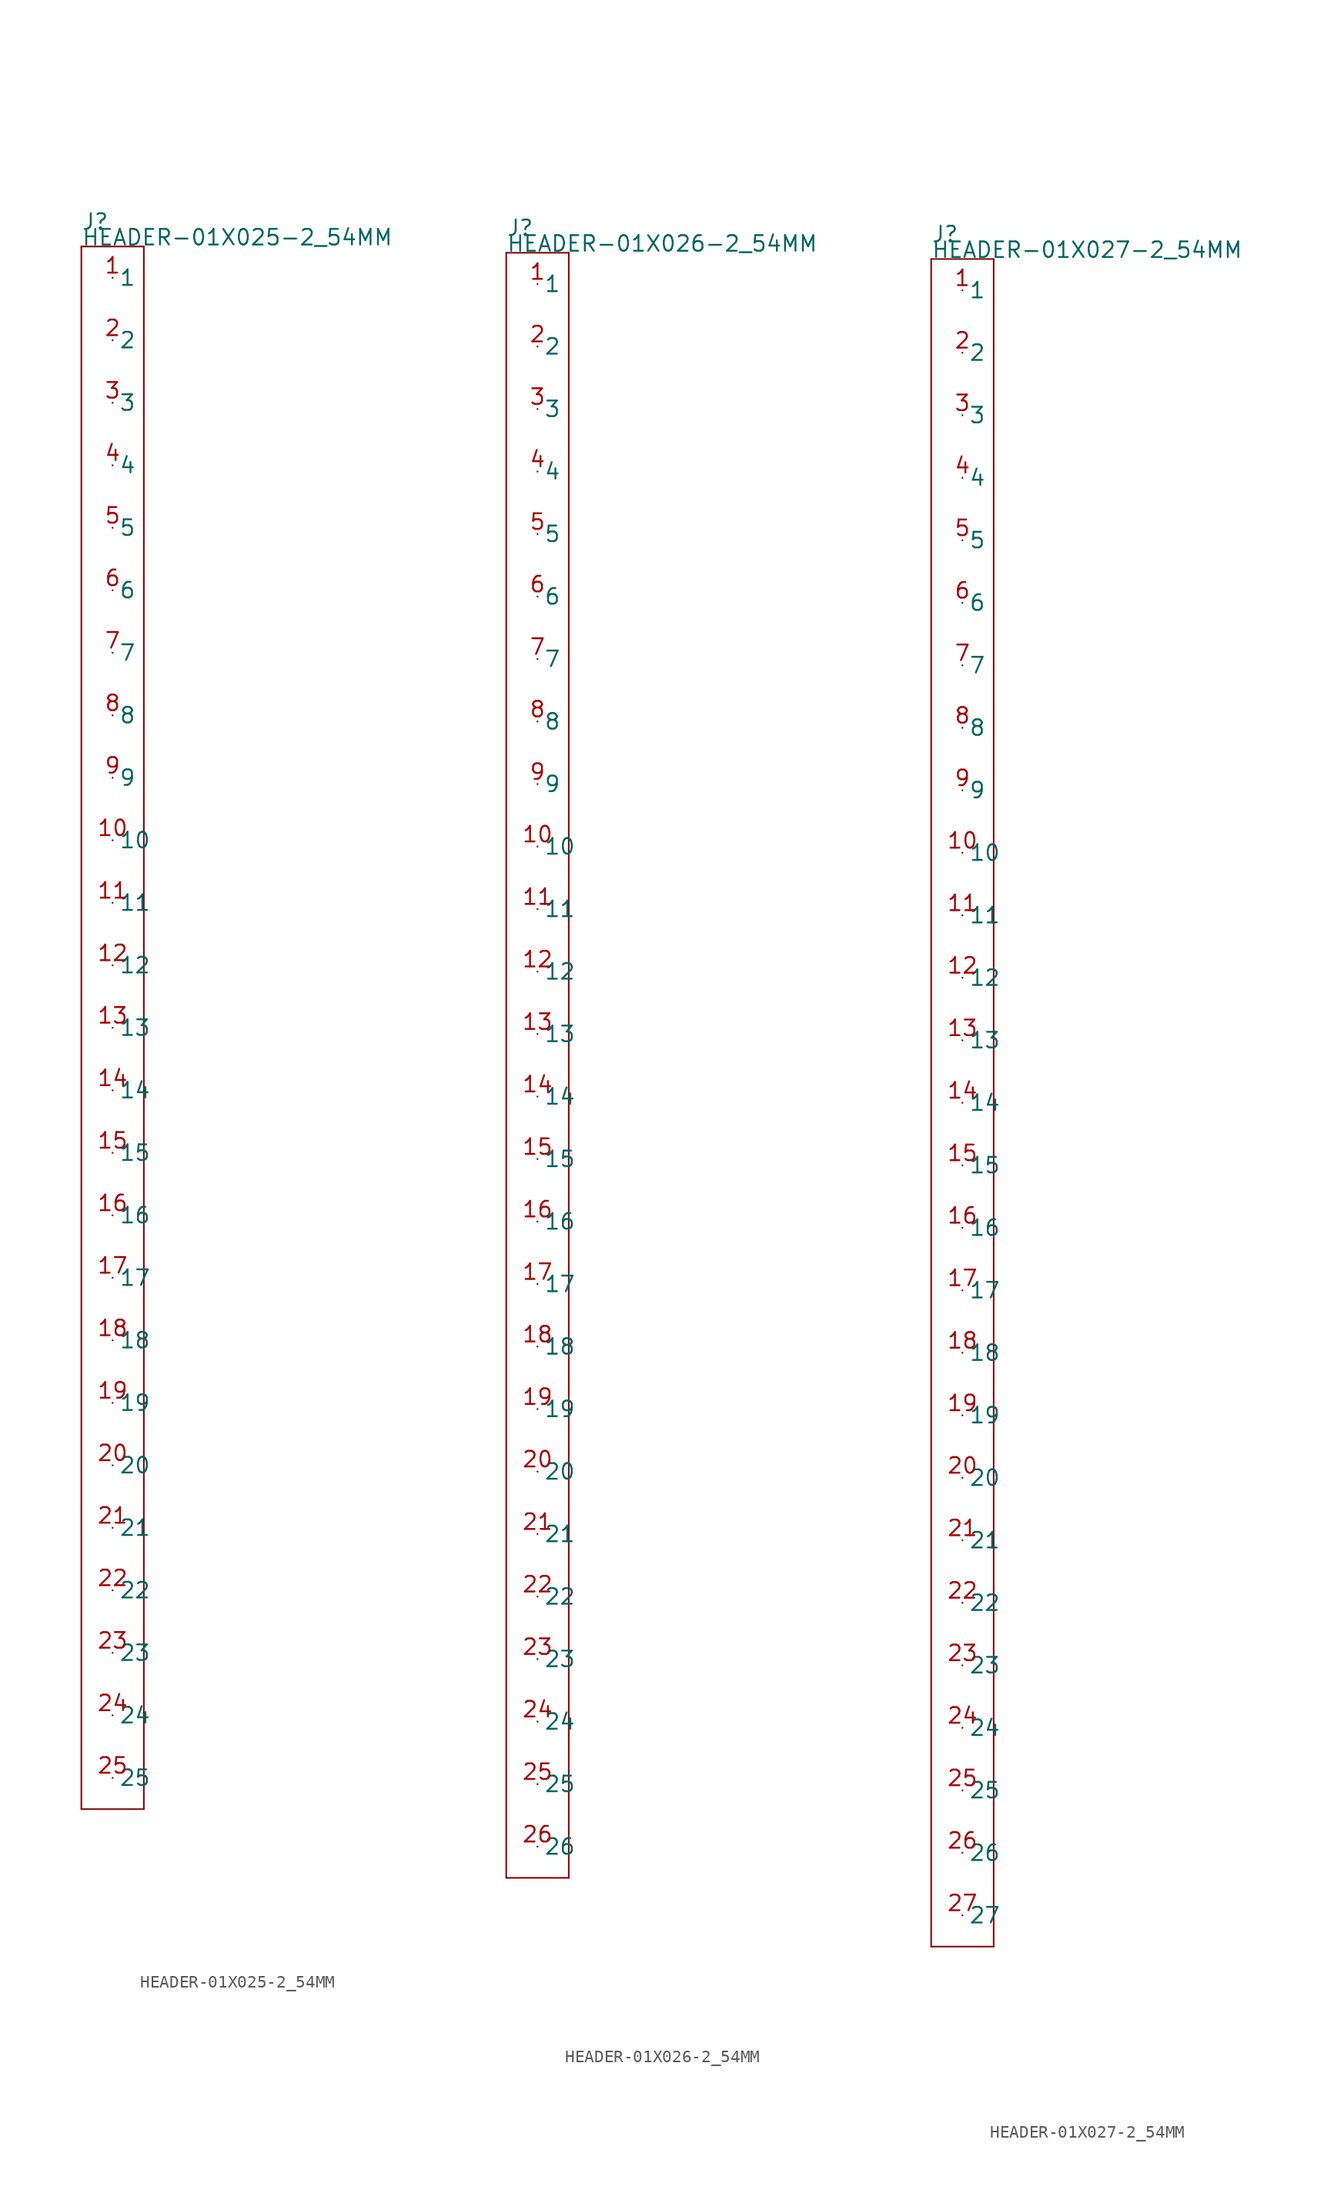
<source format=kicad_sym>
(kicad_symbol_lib
  (version 20211014)
  (generator kicad_symbol_editor)
  (symbol "HEADER-01X025-2_54MM"
    (pin_names)
    (property "Reference" "J"
      (at -2.54 64.77 0)
      (effects (font (size 1.27 1.27)) (justify left bottom)))
    (property "Value" "HEADER-01X025-2_54MM"
      (at -2.54 63.5 0)
      (effects (font (size 1.27 1.27)) (justify left bottom)))
    (property "Datasheet" ""
      (at 0 0 0))
    (property "ki_description" "Header 1x25  - Header Vertical 25POS 2.54MM Technical Specifications: Pitch: 0.1\" (2.54mm) "
      (at 0 0 0))
    (property "ki_fp_filters" "FlashPCB_Connectors:HEADER-THT-01X025-2_54MM FlashPCB_Connectors:HEADER-THT-LONG-01X025-2_54MM FlashPCB_Connectors:HEADER-THT-NOSILK-01X025-2_54MM FlashPCB_Connectors:HEADER-THT-LONG-NOSILK-01X025-2_54MM"
      (at 0 0 0))
    (symbol "HEADER-01X025-2_54MM_1_1"
      (polyline (pts (xy -2.54 63.5) (xy 2.54 63.5)) (stroke (width 0.127)) (fill (type none)))
      (polyline (pts (xy 2.54 63.5) (xy 2.54 -63.5)) (stroke (width 0.127)) (fill (type none)))
      (polyline (pts (xy 2.54 -63.5) (xy -2.54 -63.5)) (stroke (width 0.127)) (fill (type none)))
      (polyline (pts (xy -2.54 -63.5) (xy -2.54 63.5)) (stroke (width 0.127)) (fill (type none)))
      (pin bidirectional line (at 0 60.96 0) (length 0) (name "1" (effects (font (size 1.27 1.27)))) (number "1" (effects (font (size 1.27 1.27)))))
      (pin bidirectional line (at 0 55.88 0) (length 0) (name "2" (effects (font (size 1.27 1.27)))) (number "2" (effects (font (size 1.27 1.27)))))
      (pin bidirectional line (at 0 50.8 0) (length 0) (name "3" (effects (font (size 1.27 1.27)))) (number "3" (effects (font (size 1.27 1.27)))))
      (pin bidirectional line (at 0 45.72 0) (length 0) (name "4" (effects (font (size 1.27 1.27)))) (number "4" (effects (font (size 1.27 1.27)))))
      (pin bidirectional line (at 0 40.64 0) (length 0) (name "5" (effects (font (size 1.27 1.27)))) (number "5" (effects (font (size 1.27 1.27)))))
      (pin bidirectional line (at 0 35.56 0) (length 0) (name "6" (effects (font (size 1.27 1.27)))) (number "6" (effects (font (size 1.27 1.27)))))
      (pin bidirectional line (at 0 30.48 0) (length 0) (name "7" (effects (font (size 1.27 1.27)))) (number "7" (effects (font (size 1.27 1.27)))))
      (pin bidirectional line (at 0 25.4 0) (length 0) (name "8" (effects (font (size 1.27 1.27)))) (number "8" (effects (font (size 1.27 1.27)))))
      (pin bidirectional line (at 0 20.32 0) (length 0) (name "9" (effects (font (size 1.27 1.27)))) (number "9" (effects (font (size 1.27 1.27)))))
      (pin bidirectional line (at 0 15.24 0) (length 0) (name "10" (effects (font (size 1.27 1.27)))) (number "10" (effects (font (size 1.27 1.27)))))
      (pin bidirectional line (at 0 10.16 0) (length 0) (name "11" (effects (font (size 1.27 1.27)))) (number "11" (effects (font (size 1.27 1.27)))))
      (pin bidirectional line (at 0 5.08 0) (length 0) (name "12" (effects (font (size 1.27 1.27)))) (number "12" (effects (font (size 1.27 1.27)))))
      (pin bidirectional line (at 0 0 0) (length 0) (name "13" (effects (font (size 1.27 1.27)))) (number "13" (effects (font (size 1.27 1.27)))))
      (pin bidirectional line (at 0 -5.08 0) (length 0) (name "14" (effects (font (size 1.27 1.27)))) (number "14" (effects (font (size 1.27 1.27)))))
      (pin bidirectional line (at 0 -10.16 0) (length 0) (name "15" (effects (font (size 1.27 1.27)))) (number "15" (effects (font (size 1.27 1.27)))))
      (pin bidirectional line (at 0 -15.24 0) (length 0) (name "16" (effects (font (size 1.27 1.27)))) (number "16" (effects (font (size 1.27 1.27)))))
      (pin bidirectional line (at 0 -20.32 0) (length 0) (name "17" (effects (font (size 1.27 1.27)))) (number "17" (effects (font (size 1.27 1.27)))))
      (pin bidirectional line (at 0 -25.4 0) (length 0) (name "18" (effects (font (size 1.27 1.27)))) (number "18" (effects (font (size 1.27 1.27)))))
      (pin bidirectional line (at 0 -30.48 0) (length 0) (name "19" (effects (font (size 1.27 1.27)))) (number "19" (effects (font (size 1.27 1.27)))))
      (pin bidirectional line (at 0 -35.56 0) (length 0) (name "20" (effects (font (size 1.27 1.27)))) (number "20" (effects (font (size 1.27 1.27)))))
      (pin bidirectional line (at 0 -40.64 0) (length 0) (name "21" (effects (font (size 1.27 1.27)))) (number "21" (effects (font (size 1.27 1.27)))))
      (pin bidirectional line (at 0 -45.72 0) (length 0) (name "22" (effects (font (size 1.27 1.27)))) (number "22" (effects (font (size 1.27 1.27)))))
      (pin bidirectional line (at 0 -50.8 0) (length 0) (name "23" (effects (font (size 1.27 1.27)))) (number "23" (effects (font (size 1.27 1.27)))))
      (pin bidirectional line (at 0 -55.88 0) (length 0) (name "24" (effects (font (size 1.27 1.27)))) (number "24" (effects (font (size 1.27 1.27)))))
      (pin bidirectional line (at 0 -60.96 0) (length 0) (name "25" (effects (font (size 1.27 1.27)))) (number "25" (effects (font (size 1.27 1.27)))))))
  (symbol "HEADER-01X026-2_54MM"
    (pin_names)
    (property "Reference" "J"
      (at -2.54 67.31 0)
      (effects (font (size 1.27 1.27)) (justify left bottom)))
    (property "Value" "HEADER-01X026-2_54MM"
      (at -2.54 66.04 0)
      (effects (font (size 1.27 1.27)) (justify left bottom)))
    (property "Datasheet" ""
      (at 0 0 0))
    (property "ki_description" "Header 1x26  - Header Vertical 26POS 2.54MM Technical Specifications: Pitch: 0.1\" (2.54mm) "
      (at 0 0 0))
    (property "ki_fp_filters" "FlashPCB_Connectors:HEADER-THT-01X026-2_54MM FlashPCB_Connectors:HEADER-THT-LONG-01X026-2_54MM FlashPCB_Connectors:HEADER-THT-NOSILK-01X026-2_54MM FlashPCB_Connectors:HEADER-THT-LONG-NOSILK-01X026-2_54MM"
      (at 0 0 0))
    (symbol "HEADER-01X026-2_54MM_1_1"
      (polyline (pts (xy -2.54 66.04) (xy 2.54 66.04)) (stroke (width 0.127)) (fill (type none)))
      (polyline (pts (xy 2.54 66.04) (xy 2.54 -66.04)) (stroke (width 0.127)) (fill (type none)))
      (polyline (pts (xy 2.54 -66.04) (xy -2.54 -66.04)) (stroke (width 0.127)) (fill (type none)))
      (polyline (pts (xy -2.54 -66.04) (xy -2.54 66.04)) (stroke (width 0.127)) (fill (type none)))
      (pin bidirectional line (at 0 63.5 0) (length 0) (name "1" (effects (font (size 1.27 1.27)))) (number "1" (effects (font (size 1.27 1.27)))))
      (pin bidirectional line (at 0 58.42 0) (length 0) (name "2" (effects (font (size 1.27 1.27)))) (number "2" (effects (font (size 1.27 1.27)))))
      (pin bidirectional line (at 0 53.34 0) (length 0) (name "3" (effects (font (size 1.27 1.27)))) (number "3" (effects (font (size 1.27 1.27)))))
      (pin bidirectional line (at 0 48.26 0) (length 0) (name "4" (effects (font (size 1.27 1.27)))) (number "4" (effects (font (size 1.27 1.27)))))
      (pin bidirectional line (at 0 43.18 0) (length 0) (name "5" (effects (font (size 1.27 1.27)))) (number "5" (effects (font (size 1.27 1.27)))))
      (pin bidirectional line (at 0 38.1 0) (length 0) (name "6" (effects (font (size 1.27 1.27)))) (number "6" (effects (font (size 1.27 1.27)))))
      (pin bidirectional line (at 0 33.02 0) (length 0) (name "7" (effects (font (size 1.27 1.27)))) (number "7" (effects (font (size 1.27 1.27)))))
      (pin bidirectional line (at 0 27.94 0) (length 0) (name "8" (effects (font (size 1.27 1.27)))) (number "8" (effects (font (size 1.27 1.27)))))
      (pin bidirectional line (at 0 22.86 0) (length 0) (name "9" (effects (font (size 1.27 1.27)))) (number "9" (effects (font (size 1.27 1.27)))))
      (pin bidirectional line (at 0 17.78 0) (length 0) (name "10" (effects (font (size 1.27 1.27)))) (number "10" (effects (font (size 1.27 1.27)))))
      (pin bidirectional line (at 0 12.7 0) (length 0) (name "11" (effects (font (size 1.27 1.27)))) (number "11" (effects (font (size 1.27 1.27)))))
      (pin bidirectional line (at 0 7.62 0) (length 0) (name "12" (effects (font (size 1.27 1.27)))) (number "12" (effects (font (size 1.27 1.27)))))
      (pin bidirectional line (at 0 2.54 0) (length 0) (name "13" (effects (font (size 1.27 1.27)))) (number "13" (effects (font (size 1.27 1.27)))))
      (pin bidirectional line (at 0 -2.54 0) (length 0) (name "14" (effects (font (size 1.27 1.27)))) (number "14" (effects (font (size 1.27 1.27)))))
      (pin bidirectional line (at 0 -7.62 0) (length 0) (name "15" (effects (font (size 1.27 1.27)))) (number "15" (effects (font (size 1.27 1.27)))))
      (pin bidirectional line (at 0 -12.7 0) (length 0) (name "16" (effects (font (size 1.27 1.27)))) (number "16" (effects (font (size 1.27 1.27)))))
      (pin bidirectional line (at 0 -17.78 0) (length 0) (name "17" (effects (font (size 1.27 1.27)))) (number "17" (effects (font (size 1.27 1.27)))))
      (pin bidirectional line (at 0 -22.86 0) (length 0) (name "18" (effects (font (size 1.27 1.27)))) (number "18" (effects (font (size 1.27 1.27)))))
      (pin bidirectional line (at 0 -27.94 0) (length 0) (name "19" (effects (font (size 1.27 1.27)))) (number "19" (effects (font (size 1.27 1.27)))))
      (pin bidirectional line (at 0 -33.02 0) (length 0) (name "20" (effects (font (size 1.27 1.27)))) (number "20" (effects (font (size 1.27 1.27)))))
      (pin bidirectional line (at 0 -38.1 0) (length 0) (name "21" (effects (font (size 1.27 1.27)))) (number "21" (effects (font (size 1.27 1.27)))))
      (pin bidirectional line (at 0 -43.18 0) (length 0) (name "22" (effects (font (size 1.27 1.27)))) (number "22" (effects (font (size 1.27 1.27)))))
      (pin bidirectional line (at 0 -48.26 0) (length 0) (name "23" (effects (font (size 1.27 1.27)))) (number "23" (effects (font (size 1.27 1.27)))))
      (pin bidirectional line (at 0 -53.34 0) (length 0) (name "24" (effects (font (size 1.27 1.27)))) (number "24" (effects (font (size 1.27 1.27)))))
      (pin bidirectional line (at 0 -58.42 0) (length 0) (name "25" (effects (font (size 1.27 1.27)))) (number "25" (effects (font (size 1.27 1.27)))))
      (pin bidirectional line (at 0 -63.5 0) (length 0) (name "26" (effects (font (size 1.27 1.27)))) (number "26" (effects (font (size 1.27 1.27)))))))
  (symbol "HEADER-01X027-2_54MM"
    (pin_names)
    (property "Reference" "J"
      (at -2.54 69.85 0)
      (effects (font (size 1.27 1.27)) (justify left bottom)))
    (property "Value" "HEADER-01X027-2_54MM"
      (at -2.54 68.58 0)
      (effects (font (size 1.27 1.27)) (justify left bottom)))
    (property "Datasheet" ""
      (at 0 0 0))
    (property "ki_description" "Header 1x27  - Header Vertical 27POS 2.54MM Technical Specifications: Pitch: 0.1\" (2.54mm) "
      (at 0 0 0))
    (property "ki_fp_filters" "FlashPCB_Connectors:HEADER-THT-01X027-2_54MM FlashPCB_Connectors:HEADER-THT-LONG-01X027-2_54MM FlashPCB_Connectors:HEADER-THT-NOSILK-01X027-2_54MM FlashPCB_Connectors:HEADER-THT-LONG-NOSILK-01X027-2_54MM"
      (at 0 0 0))
    (symbol "HEADER-01X027-2_54MM_1_1"
      (polyline (pts (xy -2.54 68.58) (xy 2.54 68.58)) (stroke (width 0.127)) (fill (type none)))
      (polyline (pts (xy 2.54 68.58) (xy 2.54 -68.58)) (stroke (width 0.127)) (fill (type none)))
      (polyline (pts (xy 2.54 -68.58) (xy -2.54 -68.58)) (stroke (width 0.127)) (fill (type none)))
      (polyline (pts (xy -2.54 -68.58) (xy -2.54 68.58)) (stroke (width 0.127)) (fill (type none)))
      (pin bidirectional line (at 0 66.04 0) (length 0) (name "1" (effects (font (size 1.27 1.27)))) (number "1" (effects (font (size 1.27 1.27)))))
      (pin bidirectional line (at 0 60.96 0) (length 0) (name "2" (effects (font (size 1.27 1.27)))) (number "2" (effects (font (size 1.27 1.27)))))
      (pin bidirectional line (at 0 55.88 0) (length 0) (name "3" (effects (font (size 1.27 1.27)))) (number "3" (effects (font (size 1.27 1.27)))))
      (pin bidirectional line (at 0 50.8 0) (length 0) (name "4" (effects (font (size 1.27 1.27)))) (number "4" (effects (font (size 1.27 1.27)))))
      (pin bidirectional line (at 0 45.72 0) (length 0) (name "5" (effects (font (size 1.27 1.27)))) (number "5" (effects (font (size 1.27 1.27)))))
      (pin bidirectional line (at 0 40.64 0) (length 0) (name "6" (effects (font (size 1.27 1.27)))) (number "6" (effects (font (size 1.27 1.27)))))
      (pin bidirectional line (at 0 35.56 0) (length 0) (name "7" (effects (font (size 1.27 1.27)))) (number "7" (effects (font (size 1.27 1.27)))))
      (pin bidirectional line (at 0 30.48 0) (length 0) (name "8" (effects (font (size 1.27 1.27)))) (number "8" (effects (font (size 1.27 1.27)))))
      (pin bidirectional line (at 0 25.4 0) (length 0) (name "9" (effects (font (size 1.27 1.27)))) (number "9" (effects (font (size 1.27 1.27)))))
      (pin bidirectional line (at 0 20.32 0) (length 0) (name "10" (effects (font (size 1.27 1.27)))) (number "10" (effects (font (size 1.27 1.27)))))
      (pin bidirectional line (at 0 15.24 0) (length 0) (name "11" (effects (font (size 1.27 1.27)))) (number "11" (effects (font (size 1.27 1.27)))))
      (pin bidirectional line (at 0 10.16 0) (length 0) (name "12" (effects (font (size 1.27 1.27)))) (number "12" (effects (font (size 1.27 1.27)))))
      (pin bidirectional line (at 0 5.08 0) (length 0) (name "13" (effects (font (size 1.27 1.27)))) (number "13" (effects (font (size 1.27 1.27)))))
      (pin bidirectional line (at 0 0 0) (length 0) (name "14" (effects (font (size 1.27 1.27)))) (number "14" (effects (font (size 1.27 1.27)))))
      (pin bidirectional line (at 0 -5.08 0) (length 0) (name "15" (effects (font (size 1.27 1.27)))) (number "15" (effects (font (size 1.27 1.27)))))
      (pin bidirectional line (at 0 -10.16 0) (length 0) (name "16" (effects (font (size 1.27 1.27)))) (number "16" (effects (font (size 1.27 1.27)))))
      (pin bidirectional line (at 0 -15.24 0) (length 0) (name "17" (effects (font (size 1.27 1.27)))) (number "17" (effects (font (size 1.27 1.27)))))
      (pin bidirectional line (at 0 -20.32 0) (length 0) (name "18" (effects (font (size 1.27 1.27)))) (number "18" (effects (font (size 1.27 1.27)))))
      (pin bidirectional line (at 0 -25.4 0) (length 0) (name "19" (effects (font (size 1.27 1.27)))) (number "19" (effects (font (size 1.27 1.27)))))
      (pin bidirectional line (at 0 -30.48 0) (length 0) (name "20" (effects (font (size 1.27 1.27)))) (number "20" (effects (font (size 1.27 1.27)))))
      (pin bidirectional line (at 0 -35.56 0) (length 0) (name "21" (effects (font (size 1.27 1.27)))) (number "21" (effects (font (size 1.27 1.27)))))
      (pin bidirectional line (at 0 -40.64 0) (length 0) (name "22" (effects (font (size 1.27 1.27)))) (number "22" (effects (font (size 1.27 1.27)))))
      (pin bidirectional line (at 0 -45.72 0) (length 0) (name "23" (effects (font (size 1.27 1.27)))) (number "23" (effects (font (size 1.27 1.27)))))
      (pin bidirectional line (at 0 -50.8 0) (length 0) (name "24" (effects (font (size 1.27 1.27)))) (number "24" (effects (font (size 1.27 1.27)))))
      (pin bidirectional line (at 0 -55.88 0) (length 0) (name "25" (effects (font (size 1.27 1.27)))) (number "25" (effects (font (size 1.27 1.27)))))
      (pin bidirectional line (at 0 -60.96 0) (length 0) (name "26" (effects (font (size 1.27 1.27)))) (number "26" (effects (font (size 1.27 1.27)))))
      (pin bidirectional line (at 0 -66.04 0) (length 0) (name "27" (effects (font (size 1.27 1.27)))) (number "27" (effects (font (size 1.27 1.27))))))))
</source>
